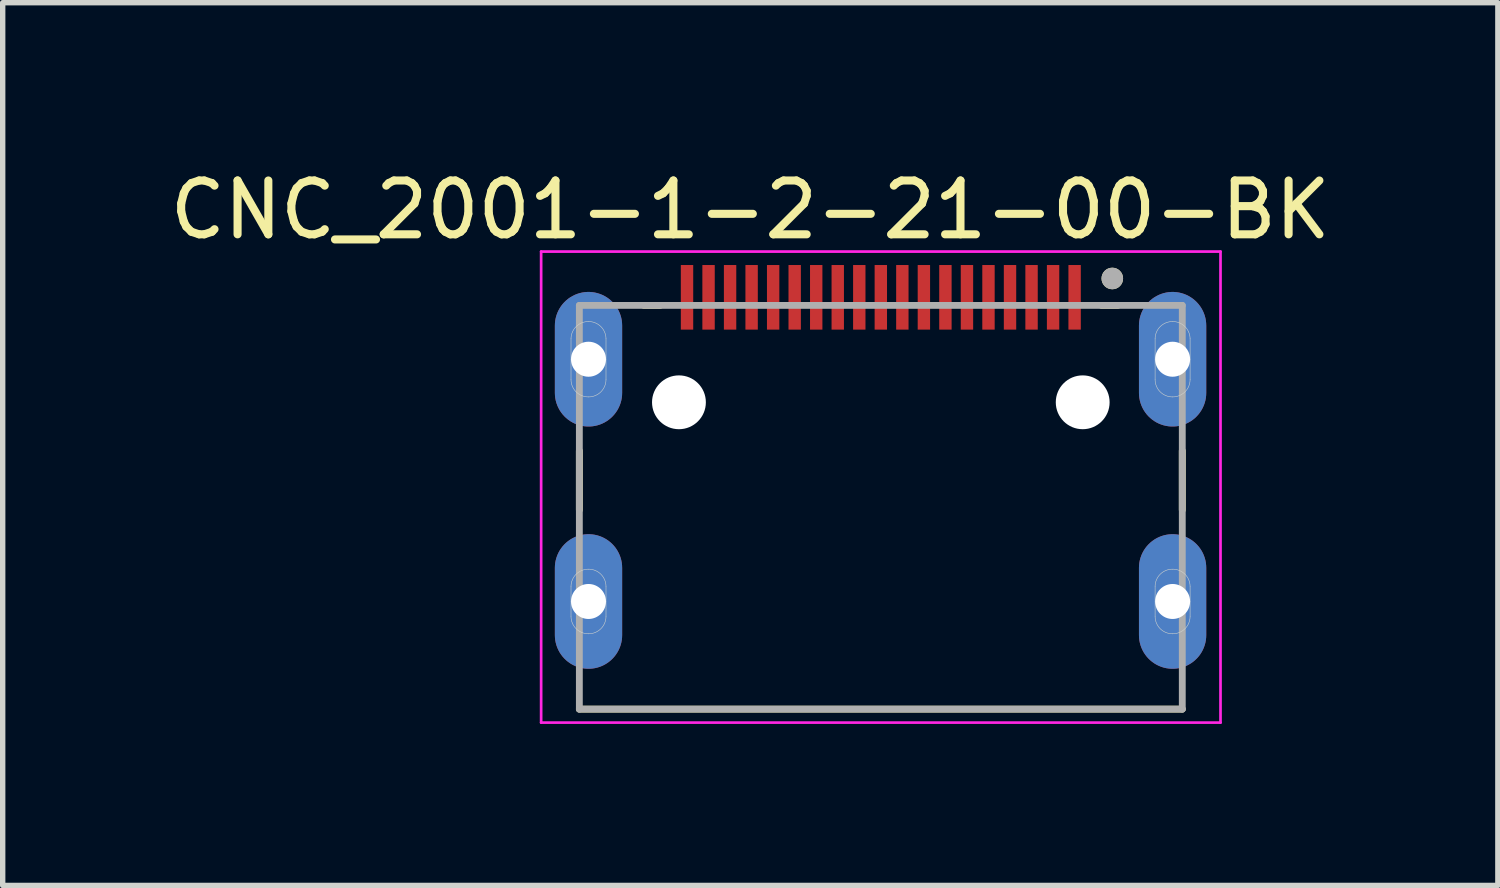
<source format=kicad_pcb>
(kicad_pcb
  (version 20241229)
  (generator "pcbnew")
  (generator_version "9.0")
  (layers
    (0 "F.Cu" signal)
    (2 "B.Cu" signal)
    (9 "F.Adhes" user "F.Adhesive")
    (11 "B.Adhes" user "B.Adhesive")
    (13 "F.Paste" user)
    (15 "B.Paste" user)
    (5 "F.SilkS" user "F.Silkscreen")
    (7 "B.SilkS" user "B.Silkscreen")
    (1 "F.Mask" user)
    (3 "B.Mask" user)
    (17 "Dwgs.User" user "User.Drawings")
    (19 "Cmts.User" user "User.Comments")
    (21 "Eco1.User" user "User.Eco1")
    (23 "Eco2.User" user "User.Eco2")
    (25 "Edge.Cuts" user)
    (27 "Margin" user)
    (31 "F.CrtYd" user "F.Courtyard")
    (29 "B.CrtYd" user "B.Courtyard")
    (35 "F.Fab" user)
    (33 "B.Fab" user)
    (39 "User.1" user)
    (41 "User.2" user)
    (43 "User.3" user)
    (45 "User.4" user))
  (footprint "CNC_2001-1-2-21-00-BK"
    (layer "F.Cu")
    (at 13.312 3.623)
    (property "Reference" "CNC_2001-1-2-21-00-BK" (at -2.425 -2.775 0) (layer "F.SilkS") (effects (font (size 1 1) (thickness 0.15))))
    (attr smd)
    (fp_line (start -5.6 2.8) (end -5.6 1.7) (stroke (width 0.127) (type solid)) (layer "F.SilkS"))
    (fp_line (start -4.1 -1) (end -4.4 -1) (stroke (width 0.127) (type solid)) (layer "F.SilkS"))
    (fp_line (start 4.1 -1) (end 4.4 -1) (stroke (width 0.127) (type solid)) (layer "F.SilkS"))
    (fp_line (start 5.6 2.8) (end 5.6 1.7) (stroke (width 0.127) (type solid)) (layer "F.SilkS"))
    (fp_line (start 5.6 6.5) (end -5.6 6.5) (stroke (width 0.127) (type solid)) (layer "F.SilkS"))
    (fp_circle (center 4.3 -1.5) (end 4.4 -1.5) (stroke (width 0.2) (type solid)) (fill no) (layer "F.SilkS"))
    (fp_line (start -5.755 0) (end -5.755 -0.38) (stroke (width 0.01) (type solid)) (layer "Edge.Cuts"))
    (fp_line (start -5.755 0.38) (end -5.755 0) (stroke (width 0.01) (type solid)) (layer "Edge.Cuts"))
    (fp_line (start -5.755 4.5) (end -5.755 4.22) (stroke (width 0.01) (type solid)) (layer "Edge.Cuts"))
    (fp_line (start -5.755 4.78) (end -5.755 4.5) (stroke (width 0.01) (type solid)) (layer "Edge.Cuts"))
    (fp_line (start -5.105 -0.38) (end -5.105 0) (stroke (width 0.01) (type solid)) (layer "Edge.Cuts"))
    (fp_line (start -5.105 0) (end -5.105 0.38) (stroke (width 0.01) (type solid)) (layer "Edge.Cuts"))
    (fp_line (start -5.105 4.22) (end -5.105 4.5) (stroke (width 0.01) (type solid)) (layer "Edge.Cuts"))
    (fp_line (start -5.105 4.5) (end -5.105 4.78) (stroke (width 0.01) (type solid)) (layer "Edge.Cuts"))
    (fp_line (start 5.095 0) (end 5.095 -0.38) (stroke (width 0.01) (type solid)) (layer "Edge.Cuts"))
    (fp_line (start 5.095 0.38) (end 5.095 0) (stroke (width 0.01) (type solid)) (layer "Edge.Cuts"))
    (fp_line (start 5.095 4.5) (end 5.095 4.22) (stroke (width 0.01) (type solid)) (layer "Edge.Cuts"))
    (fp_line (start 5.095 4.78) (end 5.095 4.5) (stroke (width 0.01) (type solid)) (layer "Edge.Cuts"))
    (fp_line (start 5.745 -0.38) (end 5.745 0) (stroke (width 0.01) (type solid)) (layer "Edge.Cuts"))
    (fp_line (start 5.745 0) (end 5.745 0.38) (stroke (width 0.01) (type solid)) (layer "Edge.Cuts"))
    (fp_line (start 5.745 4.22) (end 5.745 4.5) (stroke (width 0.01) (type solid)) (layer "Edge.Cuts"))
    (fp_line (start 5.745 4.5) (end 5.745 4.78) (stroke (width 0.01) (type solid)) (layer "Edge.Cuts"))
    (fp_arc (start -5.755 -0.38) (mid -5.658774 -0.60731) (end -5.43 -0.7) (stroke (width 0.01) (type solid)) (layer "Edge.Cuts"))
    (fp_arc (start -5.755 4.22) (mid -5.658774 3.99269) (end -5.43 3.9) (stroke (width 0.01) (type solid)) (layer "Edge.Cuts"))
    (fp_arc (start -5.43 -0.7) (mid -5.201226 -0.60731) (end -5.105 -0.38) (stroke (width 0.01) (type solid)) (layer "Edge.Cuts"))
    (fp_arc (start -5.43 0.7) (mid -5.658774 0.60731) (end -5.755 0.38) (stroke (width 0.01) (type solid)) (layer "Edge.Cuts"))
    (fp_arc (start -5.43 3.9) (mid -5.201226 3.99269) (end -5.105 4.22) (stroke (width 0.01) (type solid)) (layer "Edge.Cuts"))
    (fp_arc (start -5.43 5.1) (mid -5.658774 5.00731) (end -5.755 4.78) (stroke (width 0.01) (type solid)) (layer "Edge.Cuts"))
    (fp_arc (start -5.105 0.38) (mid -5.201226 0.60731) (end -5.43 0.7) (stroke (width 0.01) (type solid)) (layer "Edge.Cuts"))
    (fp_arc (start -5.105 4.78) (mid -5.201226 5.00731) (end -5.43 5.1) (stroke (width 0.01) (type solid)) (layer "Edge.Cuts"))
    (fp_arc (start 5.095 -0.38) (mid 5.191226 -0.60731) (end 5.42 -0.7) (stroke (width 0.01) (type solid)) (layer "Edge.Cuts"))
    (fp_arc (start 5.095 4.22) (mid 5.191226 3.99269) (end 5.42 3.9) (stroke (width 0.01) (type solid)) (layer "Edge.Cuts"))
    (fp_arc (start 5.42 -0.7) (mid 5.648774 -0.60731) (end 5.745 -0.38) (stroke (width 0.01) (type solid)) (layer "Edge.Cuts"))
    (fp_arc (start 5.42 0.7) (mid 5.191226 0.60731) (end 5.095 0.38) (stroke (width 0.01) (type solid)) (layer "Edge.Cuts"))
    (fp_arc (start 5.42 3.9) (mid 5.648774 3.99269) (end 5.745 4.22) (stroke (width 0.01) (type solid)) (layer "Edge.Cuts"))
    (fp_arc (start 5.42 5.1) (mid 5.191226 5.00731) (end 5.095 4.78) (stroke (width 0.01) (type solid)) (layer "Edge.Cuts"))
    (fp_arc (start 5.745 0.38) (mid 5.648774 0.60731) (end 5.42 0.7) (stroke (width 0.01) (type solid)) (layer "Edge.Cuts"))
    (fp_arc (start 5.745 4.78) (mid 5.648774 5.00731) (end 5.42 5.1) (stroke (width 0.01) (type solid)) (layer "Edge.Cuts"))
    (fp_line (start -6.31 -2) (end 6.31 -2) (stroke (width 0.05) (type solid)) (layer "F.CrtYd"))
    (fp_line (start -6.31 6.75) (end -6.31 -2) (stroke (width 0.05) (type solid)) (layer "F.CrtYd"))
    (fp_line (start 6.31 -2) (end 6.31 6.75) (stroke (width 0.05) (type solid)) (layer "F.CrtYd"))
    (fp_line (start 6.31 6.75) (end -6.31 6.75) (stroke (width 0.05) (type solid)) (layer "F.CrtYd"))
    (fp_line (start -5.6 -1) (end 5.6 -1) (stroke (width 0.127) (type solid)) (layer "F.Fab"))
    (fp_line (start -5.6 6.5) (end -5.6 -1) (stroke (width 0.127) (type solid)) (layer "F.Fab"))
    (fp_line (start 5.6 -1) (end 5.6 6.5) (stroke (width 0.127) (type solid)) (layer "F.Fab"))
    (fp_line (start 5.6 6.5) (end -5.6 6.5) (stroke (width 0.127) (type solid)) (layer "F.Fab"))
    (fp_circle (center 4.3 -1.5) (end 4.4 -1.5) (stroke (width 0.2) (type solid)) (fill no) (layer "F.Fab"))
    (pad "" np_thru_hole circle (at -3.75 0.8) (size 1 1) (drill 1) (layers "*.Cu" "*.Mask"))
    (pad "" np_thru_hole circle (at 3.75 0.8) (size 1 1) (drill 1) (layers "*.Cu" "*.Mask"))
    (pad "1" smd rect (at 3.6 -1.15) (size 0.23 1.2) (layers "F.Cu" "F.Mask" "F.Paste"))
    (pad "2" smd rect (at 3.2 -1.15) (size 0.23 1.2) (layers "F.Cu" "F.Mask" "F.Paste"))
    (pad "3" smd rect (at 2.8 -1.15) (size 0.23 1.2) (layers "F.Cu" "F.Mask" "F.Paste"))
    (pad "4" smd rect (at 2.4 -1.15) (size 0.23 1.2) (layers "F.Cu" "F.Mask" "F.Paste"))
    (pad "5" smd rect (at 2 -1.15) (size 0.23 1.2) (layers "F.Cu" "F.Mask" "F.Paste"))
    (pad "6" smd rect (at 1.6 -1.15) (size 0.23 1.2) (layers "F.Cu" "F.Mask" "F.Paste"))
    (pad "7" smd rect (at 1.2 -1.15) (size 0.23 1.2) (layers "F.Cu" "F.Mask" "F.Paste"))
    (pad "8" smd rect (at 0.8 -1.15) (size 0.23 1.2) (layers "F.Cu" "F.Mask" "F.Paste"))
    (pad "9" smd rect (at 0.4 -1.15) (size 0.23 1.2) (layers "F.Cu" "F.Mask" "F.Paste"))
    (pad "10" smd rect (at 0 -1.15) (size 0.23 1.2) (layers "F.Cu" "F.Mask" "F.Paste"))
    (pad "11" smd rect (at -0.4 -1.15) (size 0.23 1.2) (layers "F.Cu" "F.Mask" "F.Paste"))
    (pad "12" smd rect (at -0.8 -1.15) (size 0.23 1.2) (layers "F.Cu" "F.Mask" "F.Paste"))
    (pad "13" smd rect (at -1.2 -1.15) (size 0.23 1.2) (layers "F.Cu" "F.Mask" "F.Paste"))
    (pad "14" smd rect (at -1.6 -1.15) (size 0.23 1.2) (layers "F.Cu" "F.Mask" "F.Paste"))
    (pad "15" smd rect (at -2 -1.15) (size 0.23 1.2) (layers "F.Cu" "F.Mask" "F.Paste"))
    (pad "16" smd rect (at -2.4 -1.15) (size 0.23 1.2) (layers "F.Cu" "F.Mask" "F.Paste"))
    (pad "17" smd rect (at -2.8 -1.15) (size 0.23 1.2) (layers "F.Cu" "F.Mask" "F.Paste"))
    (pad "18" smd rect (at -3.2 -1.15) (size 0.23 1.2) (layers "F.Cu" "F.Mask" "F.Paste"))
    (pad "19" smd rect (at -3.6 -1.15) (size 0.23 1.2) (layers "F.Cu" "F.Mask" "F.Paste"))
    (pad "S1" thru_hole oval (at -5.43 0) (size 1.25 2.5) (drill 0.65) (layers "*.Cu" "*.Mask"))
    (pad "S2" thru_hole oval (at 5.42 0) (size 1.25 2.5) (drill 0.65) (layers "*.Cu" "*.Mask"))
    (pad "S3" thru_hole oval (at -5.43 4.5) (size 1.25 2.5) (drill 0.65) (layers "*.Cu" "*.Mask"))
    (pad "S4" thru_hole oval (at 5.42 4.5) (size 1.25 2.5) (drill 0.65) (layers "*.Cu" "*.Mask")))
  (gr_rect
    (start -3 -3)
    (end 24.774 13.398)
    (stroke (width 0.1) (type default))
    (fill no)
    (layer "Edge.Cuts")))
</source>
